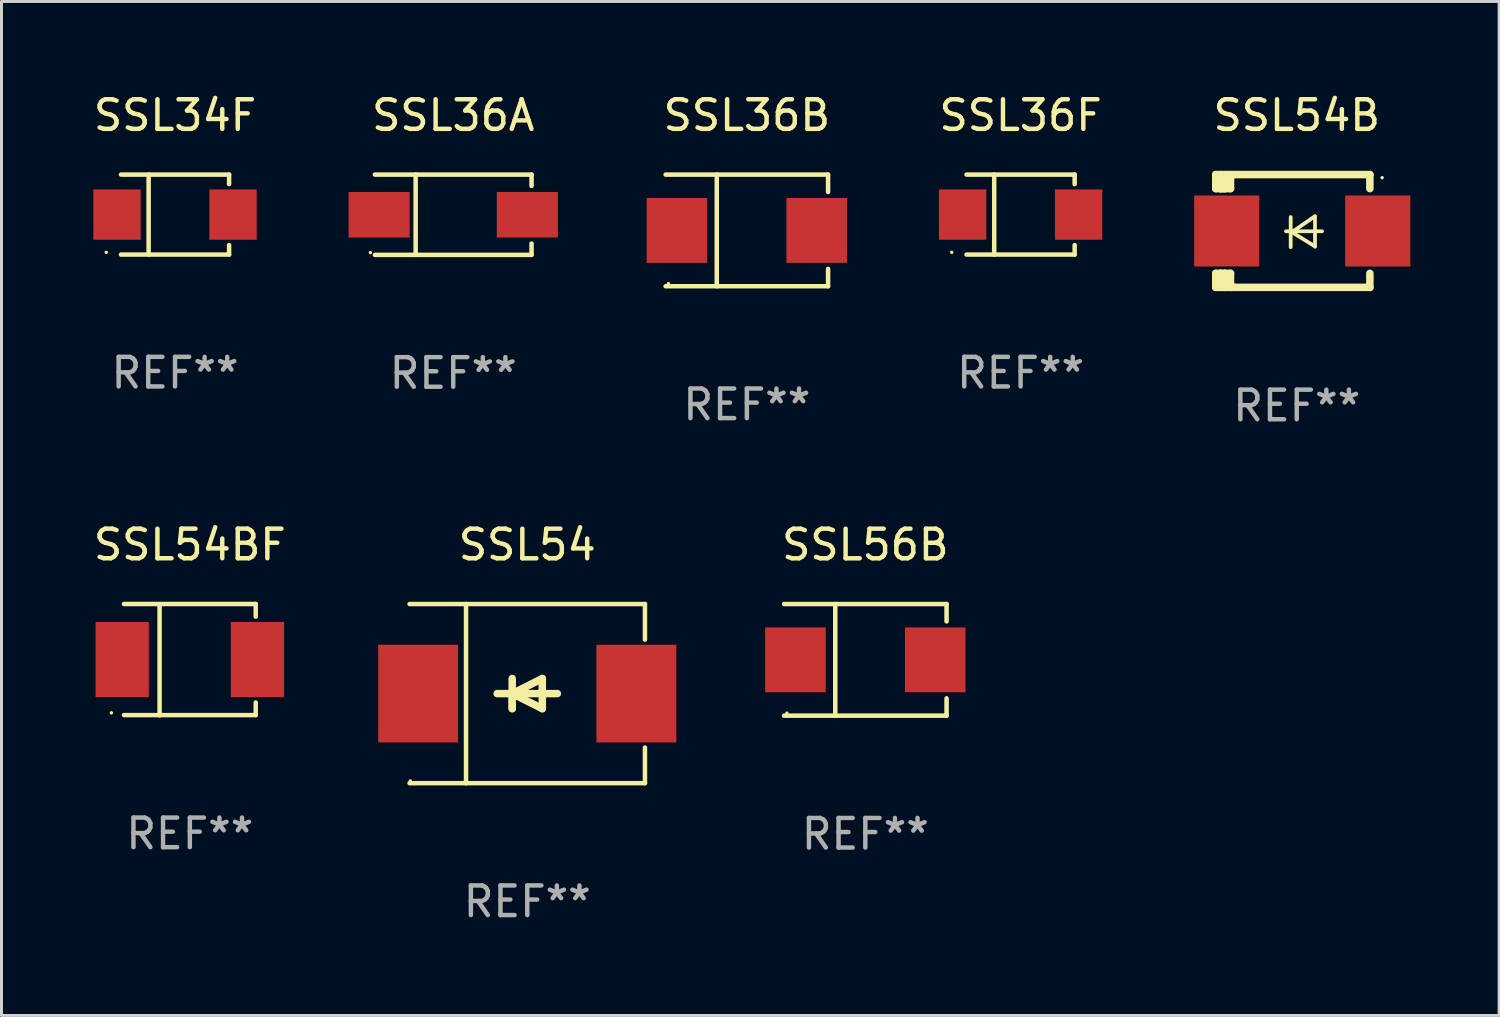
<source format=kicad_pcb>
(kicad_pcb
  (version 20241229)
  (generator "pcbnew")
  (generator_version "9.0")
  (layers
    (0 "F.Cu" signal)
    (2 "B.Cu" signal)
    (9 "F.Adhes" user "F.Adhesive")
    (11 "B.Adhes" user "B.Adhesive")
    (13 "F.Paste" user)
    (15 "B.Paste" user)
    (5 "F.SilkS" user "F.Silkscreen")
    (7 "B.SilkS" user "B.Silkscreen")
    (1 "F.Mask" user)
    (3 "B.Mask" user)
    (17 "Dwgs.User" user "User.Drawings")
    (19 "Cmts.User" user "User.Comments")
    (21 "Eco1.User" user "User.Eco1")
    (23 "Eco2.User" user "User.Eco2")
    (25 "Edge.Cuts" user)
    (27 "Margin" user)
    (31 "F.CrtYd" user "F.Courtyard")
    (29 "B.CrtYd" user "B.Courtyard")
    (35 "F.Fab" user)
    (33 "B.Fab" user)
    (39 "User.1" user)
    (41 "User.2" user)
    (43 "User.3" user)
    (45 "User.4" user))
  (footprint "SSL54"
    (layer "F.Cu")
    (at 14.762 20.381)
    (property "Reference" "SSL54" (at 0 -5.026 0) (layer "F.SilkS") (effects (font (size 1 1) (thickness 0.15))))
    (attr through_hole)
    (fp_line (start -3.976 -3.026) (end 3.976 -3.026) (stroke (width 0.152) (type solid)) (layer "F.SilkS"))
    (fp_line (start -3.976 3.026) (end 3.976 3.026) (stroke (width 0.152) (type solid)) (layer "F.SilkS"))
    (fp_line (start -2.069 -3.026) (end -2.069 3.026) (stroke (width 0.152) (type solid)) (layer "F.SilkS"))
    (fp_line (start -0.508 0) (end -0.508 0.508) (stroke (width 0.254) (type solid)) (layer "F.SilkS"))
    (fp_line (start -0.508 0) (end 0.508 0.508) (stroke (width 0.254) (type solid)) (layer "F.SilkS"))
    (fp_line (start -0.508 0.508) (end -0.508 -0.508) (stroke (width 0.254) (type solid)) (layer "F.SilkS"))
    (fp_line (start 0.508 -0.508) (end -0.508 0) (stroke (width 0.254) (type solid)) (layer "F.SilkS"))
    (fp_line (start 0.508 0.508) (end 0.508 -0.508) (stroke (width 0.254) (type solid)) (layer "F.SilkS"))
    (fp_line (start 1.016 0) (end -1.016 0) (stroke (width 0.254) (type solid)) (layer "F.SilkS"))
    (fp_line (start 3.976 -3.026) (end 3.976 -1.823) (stroke (width 0.152) (type solid)) (layer "F.SilkS"))
    (fp_line (start 3.976 3.026) (end 3.976 1.823) (stroke (width 0.152) (type solid)) (layer "F.SilkS"))
    (fp_circle (center -3.95 2.95) (end -3.92 2.95) (stroke (width 0.06) (type solid)) (fill no) (layer "F.SilkS"))
    (fp_text user "REF**" (at 0 7.026 0) (layer "F.Fab") (effects (font (size 1 1) (thickness 0.15))))
    (pad "1" smd rect (at -3.686 0) (size 2.7 3.3) (layers "F.Cu" "F.Mask" "F.Paste"))
    (pad "2" smd rect (at 3.686 0) (size 2.7 3.3) (layers "F.Cu" "F.Mask" "F.Paste")))
  (footprint "SSL36F"
    (layer "F.Cu")
    (at 31.428 4.199)
    (property "Reference" "SSL36F" (at 0 -3.351 0) (layer "F.SilkS") (effects (font (size 1 1) (thickness 0.15))))
    (attr through_hole)
    (fp_line (start -1.826 -1.351) (end 1.826 -1.351) (stroke (width 0.152) (type solid)) (layer "F.SilkS"))
    (fp_line (start -1.826 1.351) (end 1.826 1.351) (stroke (width 0.152) (type solid)) (layer "F.SilkS"))
    (fp_line (start -0.892 -1.351) (end -0.892 1.351) (stroke (width 0.152) (type solid)) (layer "F.SilkS"))
    (fp_line (start 1.826 -1.351) (end 1.826 -1.03) (stroke (width 0.152) (type solid)) (layer "F.SilkS"))
    (fp_line (start 1.826 1.03) (end 1.826 1.351) (stroke (width 0.152) (type solid)) (layer "F.SilkS"))
    (fp_circle (center -2.325 1.275) (end -2.295 1.275) (stroke (width 0.06) (type solid)) (fill no) (layer "F.SilkS"))
    (fp_text user "REF**" (at 0 5.351 0) (layer "F.Fab") (effects (font (size 1 1) (thickness 0.15))))
    (pad "1" smd rect (at -1.96 0 180) (size 1.6 1.7) (layers "F.Cu" "F.Mask" "F.Paste"))
    (pad "2" smd rect (at 1.96 0 180) (size 1.6 1.7) (layers "F.Cu" "F.Mask" "F.Paste")))
  (footprint "SSL54B"
    (layer "F.Cu")
    (at 40.757 4.753)
    (property "Reference" "SSL54B" (at 0 -3.905 0) (layer "F.SilkS") (effects (font (size 1 1) (thickness 0.15))))
    (attr through_hole)
    (fp_line (start -2.736 -1.905) (end -2.736 -1.431) (stroke (width 0.254) (type solid)) (layer "F.SilkS"))
    (fp_line (start -2.736 -1.431) (end -2.432 -1.431) (stroke (width 0.254) (type solid)) (layer "F.SilkS"))
    (fp_line (start -2.736 1.431) (end -2.736 1.905) (stroke (width 0.254) (type solid)) (layer "F.SilkS"))
    (fp_line (start -2.736 1.431) (end -2.572 1.431) (stroke (width 0.254) (type solid)) (layer "F.SilkS"))
    (fp_line (start -2.736 1.905) (end -2.102 1.905) (stroke (width 0.254) (type solid)) (layer "F.SilkS"))
    (fp_line (start -2.572 -1.905) (end -2.572 -1.431) (stroke (width 0.254) (type solid)) (layer "F.SilkS"))
    (fp_line (start -2.572 1.431) (end -2.572 1.905) (stroke (width 0.254) (type solid)) (layer "F.SilkS"))
    (fp_line (start -2.432 -1.838) (end -2.365 -1.905) (stroke (width 0.254) (type solid)) (layer "F.SilkS"))
    (fp_line (start -2.432 -1.431) (end -2.432 -1.838) (stroke (width 0.254) (type solid)) (layer "F.SilkS"))
    (fp_line (start -2.432 1.431) (end -2.572 1.431) (stroke (width 0.254) (type solid)) (layer "F.SilkS"))
    (fp_line (start -2.432 1.905) (end -2.432 1.431) (stroke (width 0.254) (type solid)) (layer "F.SilkS"))
    (fp_line (start -2.238 -1.431) (end -2.572 -1.431) (stroke (width 0.254) (type solid)) (layer "F.SilkS"))
    (fp_line (start -2.238 -1.431) (end -2.238 -1.905) (stroke (width 0.254) (type solid)) (layer "F.SilkS"))
    (fp_line (start -2.238 1.431) (end -2.432 1.431) (stroke (width 0.254) (type solid)) (layer "F.SilkS"))
    (fp_line (start -2.238 1.905) (end -2.238 1.431) (stroke (width 0.254) (type solid)) (layer "F.SilkS"))
    (fp_line (start -2.102 -1.905) (end -2.736 -1.905) (stroke (width 0.254) (type solid)) (layer "F.SilkS"))
    (fp_line (start -2.102 -1.905) (end 2.47 -1.905) (stroke (width 0.254) (type solid)) (layer "F.SilkS"))
    (fp_line (start -0.364 0.01) (end 0.854 0.01) (stroke (width 0.127) (type solid)) (layer "F.SilkS"))
    (fp_line (start -0.205 -0.47) (end -0.205 0.546) (stroke (width 0.127) (type solid)) (layer "F.SilkS"))
    (fp_line (start -0.166 0.04) (end 0.616 0.52) (stroke (width 0.127) (type solid)) (layer "F.SilkS"))
    (fp_line (start 0.616 -0.5) (end -0.166 0.04) (stroke (width 0.127) (type solid)) (layer "F.SilkS"))
    (fp_line (start 0.616 0.53) (end 0.616 -0.486) (stroke (width 0.127) (type solid)) (layer "F.SilkS"))
    (fp_line (start 2.47 -1.905) (end 2.47 -1.431) (stroke (width 0.254) (type solid)) (layer "F.SilkS"))
    (fp_line (start 2.47 1.431) (end 2.47 1.905) (stroke (width 0.254) (type solid)) (layer "F.SilkS"))
    (fp_line (start 2.47 1.905) (end -2.102 1.905) (stroke (width 0.254) (type solid)) (layer "F.SilkS"))
    (fp_circle (center 2.884 -1.8) (end 2.914 -1.8) (stroke (width 0.06) (type solid)) (fill no) (layer "F.SilkS"))
    (fp_text user "REF**" (at 0 5.905 0) (layer "F.Fab") (effects (font (size 1 1) (thickness 0.15))))
    (pad "1" smd rect (at 2.736 0) (size 2.2 2.4) (layers "F.Cu" "F.Mask" "F.Paste"))
    (pad "2" smd rect (at -2.366 0) (size 2.2 2.4) (layers "F.Cu" "F.Mask" "F.Paste")))
  (footprint "SSL56B"
    (layer "F.Cu")
    (at 26.183 19.241)
    (property "Reference" "SSL56B" (at 0 -3.886 0) (layer "F.SilkS") (effects (font (size 1 1) (thickness 0.15))))
    (attr through_hole)
    (fp_line (start -2.744 -1.886) (end 2.744 -1.886) (stroke (width 0.152) (type solid)) (layer "F.SilkS"))
    (fp_line (start -2.744 1.886) (end 2.744 1.886) (stroke (width 0.152) (type solid)) (layer "F.SilkS"))
    (fp_line (start -1.016 -1.886) (end -1.016 1.886) (stroke (width 0.152) (type solid)) (layer "F.SilkS"))
    (fp_line (start 2.744 -1.886) (end 2.744 -1.299) (stroke (width 0.152) (type solid)) (layer "F.SilkS"))
    (fp_line (start 2.744 1.886) (end 2.744 1.299) (stroke (width 0.152) (type solid)) (layer "F.SilkS"))
    (fp_circle (center -2.65 1.8) (end -2.62 1.8) (stroke (width 0.06) (type solid)) (fill no) (layer "F.SilkS"))
    (fp_text user "REF**" (at 0 5.886 0) (layer "F.Fab") (effects (font (size 1 1) (thickness 0.15))))
    (pad "1" smd rect (at -2.361 0) (size 2.047 2.192) (layers "F.Cu" "F.Mask" "F.Paste"))
    (pad "2" smd rect (at 2.361 0) (size 2.047 2.192) (layers "F.Cu" "F.Mask" "F.Paste")))
  (footprint "SSL34F"
    (layer "F.Cu")
    (at 2.863 4.199)
    (property "Reference" "SSL34F" (at 0 -3.351 0) (layer "F.SilkS") (effects (font (size 1 1) (thickness 0.15))))
    (attr through_hole)
    (fp_line (start -1.826 -1.351) (end 1.826 -1.351) (stroke (width 0.152) (type solid)) (layer "F.SilkS"))
    (fp_line (start -1.826 1.351) (end 1.826 1.351) (stroke (width 0.152) (type solid)) (layer "F.SilkS"))
    (fp_line (start -0.892 -1.351) (end -0.892 1.351) (stroke (width 0.152) (type solid)) (layer "F.SilkS"))
    (fp_line (start 1.826 -1.351) (end 1.826 -1.03) (stroke (width 0.152) (type solid)) (layer "F.SilkS"))
    (fp_line (start 1.826 1.03) (end 1.826 1.351) (stroke (width 0.152) (type solid)) (layer "F.SilkS"))
    (fp_circle (center -2.325 1.275) (end -2.295 1.275) (stroke (width 0.06) (type solid)) (fill no) (layer "F.SilkS"))
    (fp_text user "REF**" (at 0 5.351 0) (layer "F.Fab") (effects (font (size 1 1) (thickness 0.15))))
    (pad "1" smd rect (at -1.96 0 180) (size 1.6 1.7) (layers "F.Cu" "F.Mask" "F.Paste"))
    (pad "2" smd rect (at 1.96 0 180) (size 1.6 1.7) (layers "F.Cu" "F.Mask" "F.Paste")))
  (footprint "SSL36A"
    (layer "F.Cu")
    (at 12.261 4.204)
    (property "Reference" "SSL36A" (at 0 -3.356 0) (layer "F.SilkS") (effects (font (size 1 1) (thickness 0.15))))
    (attr through_hole)
    (fp_line (start -2.646 -1.356) (end 2.646 -1.356) (stroke (width 0.152) (type solid)) (layer "F.SilkS"))
    (fp_line (start -2.646 1.356) (end 2.646 1.356) (stroke (width 0.152) (type solid)) (layer "F.SilkS"))
    (fp_line (start -1.269 -1.356) (end -1.269 1.356) (stroke (width 0.152) (type solid)) (layer "F.SilkS"))
    (fp_line (start 2.646 -1.356) (end 2.646 -0.973) (stroke (width 0.152) (type solid)) (layer "F.SilkS"))
    (fp_line (start 2.646 1.356) (end 2.646 0.973) (stroke (width 0.152) (type solid)) (layer "F.SilkS"))
    (fp_circle (center -2.8 1.28) (end -2.77 1.28) (stroke (width 0.06) (type solid)) (fill no) (layer "F.SilkS"))
    (fp_text user "REF**" (at 0 5.356 0) (layer "F.Fab") (effects (font (size 1 1) (thickness 0.15))))
    (pad "1" smd rect (at 2.504 0) (size 2.063 1.539) (layers "F.Cu" "F.Mask" "F.Paste"))
    (pad "2" smd rect (at -2.504 0) (size 2.063 1.539) (layers "F.Cu" "F.Mask" "F.Paste")))
  (footprint "SSL36B"
    (layer "F.Cu")
    (at 22.18 4.734)
    (property "Reference" "SSL36B" (at 0 -3.886 0) (layer "F.SilkS") (effects (font (size 1 1) (thickness 0.15))))
    (attr through_hole)
    (fp_line (start -2.744 -1.886) (end 2.744 -1.886) (stroke (width 0.152) (type solid)) (layer "F.SilkS"))
    (fp_line (start -2.744 1.886) (end 2.744 1.886) (stroke (width 0.152) (type solid)) (layer "F.SilkS"))
    (fp_line (start -1.016 -1.886) (end -1.016 1.886) (stroke (width 0.152) (type solid)) (layer "F.SilkS"))
    (fp_line (start 2.744 -1.886) (end 2.744 -1.299) (stroke (width 0.152) (type solid)) (layer "F.SilkS"))
    (fp_line (start 2.744 1.886) (end 2.744 1.299) (stroke (width 0.152) (type solid)) (layer "F.SilkS"))
    (fp_circle (center -2.65 1.8) (end -2.62 1.8) (stroke (width 0.06) (type solid)) (fill no) (layer "F.SilkS"))
    (fp_text user "REF**" (at 0 5.886 0) (layer "F.Fab") (effects (font (size 1 1) (thickness 0.15))))
    (pad "1" smd rect (at -2.361 0) (size 2.047 2.192) (layers "F.Cu" "F.Mask" "F.Paste"))
    (pad "2" smd rect (at 2.361 0) (size 2.047 2.192) (layers "F.Cu" "F.Mask" "F.Paste")))
  (footprint "SSL54BF"
    (layer "F.Cu")
    (at 3.363 19.234)
    (property "Reference" "SSL54BF" (at 0 -3.88 0) (layer "F.SilkS") (effects (font (size 1 1) (thickness 0.15))))
    (attr through_hole)
    (fp_line (start -2.226 -1.88) (end 2.226 -1.88) (stroke (width 0.152) (type solid)) (layer "F.SilkS"))
    (fp_line (start -2.226 1.873) (end 2.226 1.873) (stroke (width 0.152) (type solid)) (layer "F.SilkS"))
    (fp_line (start -1.022 -1.873) (end -1.022 1.88) (stroke (width 0.152) (type solid)) (layer "F.SilkS"))
    (fp_line (start 2.226 -1.88) (end 2.226 -1.453) (stroke (width 0.152) (type solid)) (layer "F.SilkS"))
    (fp_line (start 2.226 1.447) (end 2.226 1.873) (stroke (width 0.152) (type solid)) (layer "F.SilkS"))
    (fp_circle (center -2.65 1.797) (end -2.62 1.797) (stroke (width 0.06) (type solid)) (fill no) (layer "F.SilkS"))
    (fp_text user "REF**" (at 0 5.88 0) (layer "F.Fab") (effects (font (size 1 1) (thickness 0.15))))
    (pad "1" smd rect (at -2.285 -0.003) (size 1.8 2.54) (layers "F.Cu" "F.Mask" "F.Paste"))
    (pad "2" smd rect (at 2.285 -0.003) (size 1.8 2.54) (layers "F.Cu" "F.Mask" "F.Paste")))
  (gr_rect
    (start -3 -3)
    (end 47.593 31.255)
    (stroke (width 0.1) (type default))
    (fill no)
    (layer "Edge.Cuts")))
</source>
